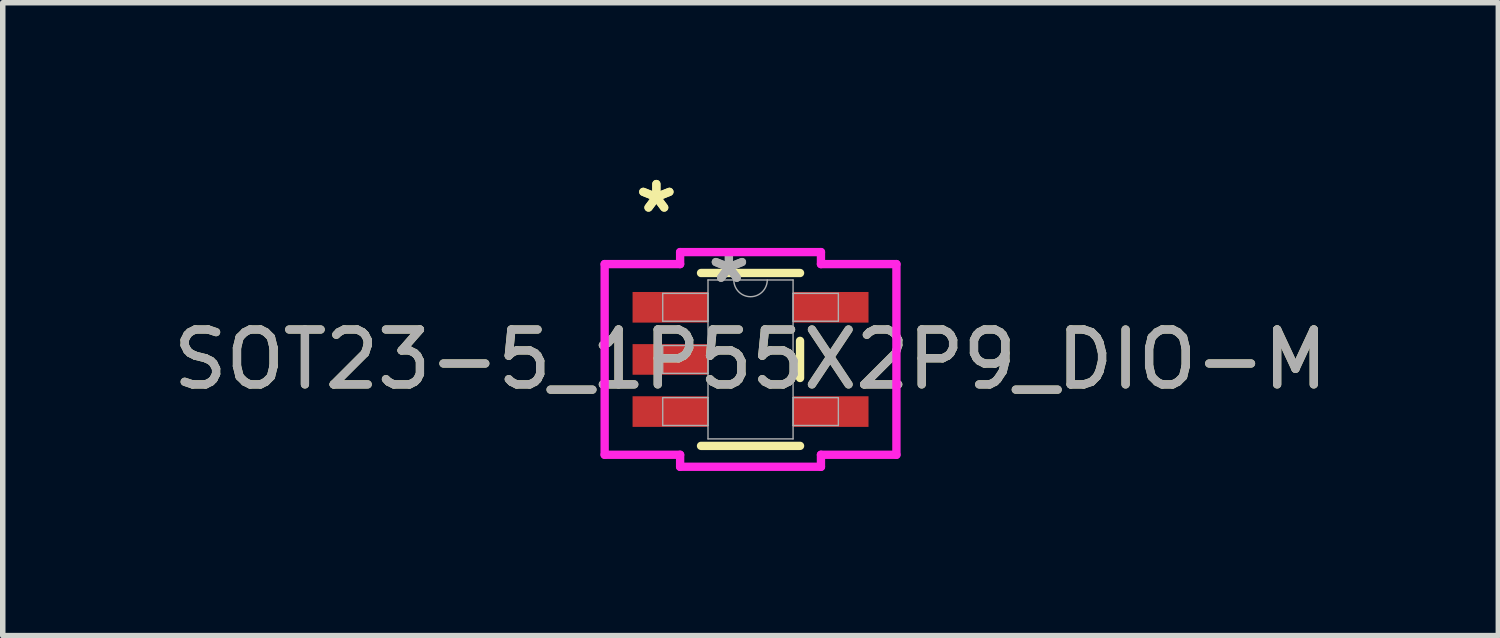
<source format=kicad_pcb>
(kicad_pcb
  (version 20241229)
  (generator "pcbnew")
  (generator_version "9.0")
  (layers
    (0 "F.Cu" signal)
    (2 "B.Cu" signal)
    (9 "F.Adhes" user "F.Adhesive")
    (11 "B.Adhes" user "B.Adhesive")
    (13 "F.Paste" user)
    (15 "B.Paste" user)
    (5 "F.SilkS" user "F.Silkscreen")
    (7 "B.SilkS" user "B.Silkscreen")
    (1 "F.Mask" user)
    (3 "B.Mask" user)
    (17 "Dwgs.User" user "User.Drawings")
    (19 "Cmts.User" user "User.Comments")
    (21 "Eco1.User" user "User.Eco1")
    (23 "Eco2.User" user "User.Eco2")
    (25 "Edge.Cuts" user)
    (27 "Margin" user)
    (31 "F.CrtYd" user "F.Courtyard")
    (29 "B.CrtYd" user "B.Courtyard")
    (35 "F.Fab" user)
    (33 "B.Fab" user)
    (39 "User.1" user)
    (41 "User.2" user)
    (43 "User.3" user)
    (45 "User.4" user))
  (footprint "SOT23-5_1P55X2P9_DIO-M"
    (layer "F.Cu")
    (at 10.625 3.499)
    (property "Reference" "SOT23-5_1P55X2P9_DIO-M" (at 0 0 0) (unlocked yes) (layer "F.SilkS") (effects (font (size 1 1) (thickness 0.15))))
    (attr smd)
    (fp_line (start -0.902 1.575) (end 0.902 1.575) (stroke (width 0.152) (type solid)) (layer "F.SilkS"))
    (fp_line (start 0.902 -1.575) (end -0.902 -1.575) (stroke (width 0.152) (type solid)) (layer "F.SilkS"))
    (fp_line (start 0.902 0.338) (end 0.902 -0.338) (stroke (width 0.152) (type solid)) (layer "F.SilkS"))
    (fp_line (start -2.658 -1.737) (end -1.283 -1.737) (stroke (width 0.152) (type solid)) (layer "F.CrtYd"))
    (fp_line (start -2.658 1.737) (end -2.658 -1.737) (stroke (width 0.152) (type solid)) (layer "F.CrtYd"))
    (fp_line (start -2.658 1.737) (end -1.283 1.737) (stroke (width 0.152) (type solid)) (layer "F.CrtYd"))
    (fp_line (start -1.283 -1.956) (end 1.283 -1.956) (stroke (width 0.152) (type solid)) (layer "F.CrtYd"))
    (fp_line (start -1.283 -1.737) (end -1.283 -1.956) (stroke (width 0.152) (type solid)) (layer "F.CrtYd"))
    (fp_line (start -1.283 1.956) (end -1.283 1.737) (stroke (width 0.152) (type solid)) (layer "F.CrtYd"))
    (fp_line (start 1.283 -1.956) (end 1.283 -1.737) (stroke (width 0.152) (type solid)) (layer "F.CrtYd"))
    (fp_line (start 1.283 1.737) (end 1.283 1.956) (stroke (width 0.152) (type solid)) (layer "F.CrtYd"))
    (fp_line (start 1.283 1.956) (end -1.283 1.956) (stroke (width 0.152) (type solid)) (layer "F.CrtYd"))
    (fp_line (start 2.658 -1.737) (end 1.283 -1.737) (stroke (width 0.152) (type solid)) (layer "F.CrtYd"))
    (fp_line (start 2.658 -1.737) (end 2.658 1.737) (stroke (width 0.152) (type solid)) (layer "F.CrtYd"))
    (fp_line (start 2.658 1.737) (end 1.283 1.737) (stroke (width 0.152) (type solid)) (layer "F.CrtYd"))
    (fp_line (start -1.6 -1.204) (end -1.6 -0.696) (stroke (width 0.025) (type solid)) (layer "F.Fab"))
    (fp_line (start -1.6 -0.696) (end -0.775 -0.696) (stroke (width 0.025) (type solid)) (layer "F.Fab"))
    (fp_line (start -1.6 -0.254) (end -1.6 0.254) (stroke (width 0.025) (type solid)) (layer "F.Fab"))
    (fp_line (start -1.6 0.254) (end -0.775 0.254) (stroke (width 0.025) (type solid)) (layer "F.Fab"))
    (fp_line (start -1.6 0.696) (end -1.6 1.204) (stroke (width 0.025) (type solid)) (layer "F.Fab"))
    (fp_line (start -1.6 1.204) (end -0.775 1.204) (stroke (width 0.025) (type solid)) (layer "F.Fab"))
    (fp_line (start -0.775 -1.448) (end -0.775 1.448) (stroke (width 0.025) (type solid)) (layer "F.Fab"))
    (fp_line (start -0.775 -1.204) (end -1.6 -1.204) (stroke (width 0.025) (type solid)) (layer "F.Fab"))
    (fp_line (start -0.775 -0.696) (end -0.775 -1.204) (stroke (width 0.025) (type solid)) (layer "F.Fab"))
    (fp_line (start -0.775 -0.254) (end -1.6 -0.254) (stroke (width 0.025) (type solid)) (layer "F.Fab"))
    (fp_line (start -0.775 0.254) (end -0.775 -0.254) (stroke (width 0.025) (type solid)) (layer "F.Fab"))
    (fp_line (start -0.775 0.696) (end -1.6 0.696) (stroke (width 0.025) (type solid)) (layer "F.Fab"))
    (fp_line (start -0.775 1.204) (end -0.775 0.696) (stroke (width 0.025) (type solid)) (layer "F.Fab"))
    (fp_line (start -0.775 1.448) (end 0.775 1.448) (stroke (width 0.025) (type solid)) (layer "F.Fab"))
    (fp_line (start 0.775 -1.448) (end -0.775 -1.448) (stroke (width 0.025) (type solid)) (layer "F.Fab"))
    (fp_line (start 0.775 -1.204) (end 0.775 -0.696) (stroke (width 0.025) (type solid)) (layer "F.Fab"))
    (fp_line (start 0.775 -0.696) (end 1.6 -0.696) (stroke (width 0.025) (type solid)) (layer "F.Fab"))
    (fp_line (start 0.775 0.696) (end 0.775 1.204) (stroke (width 0.025) (type solid)) (layer "F.Fab"))
    (fp_line (start 0.775 1.204) (end 1.6 1.204) (stroke (width 0.025) (type solid)) (layer "F.Fab"))
    (fp_line (start 0.775 1.448) (end 0.775 -1.448) (stroke (width 0.025) (type solid)) (layer "F.Fab"))
    (fp_line (start 1.6 -1.204) (end 0.775 -1.204) (stroke (width 0.025) (type solid)) (layer "F.Fab"))
    (fp_line (start 1.6 -0.696) (end 1.6 -1.204) (stroke (width 0.025) (type solid)) (layer "F.Fab"))
    (fp_line (start 1.6 0.696) (end 0.775 0.696) (stroke (width 0.025) (type solid)) (layer "F.Fab"))
    (fp_line (start 1.6 1.204) (end 1.6 0.696) (stroke (width 0.025) (type solid)) (layer "F.Fab"))
    (fp_arc (start 0.3048 -1.4478) (mid 0 -1.143) (end -0.3048 -1.4478) (stroke (width 0.0254) (type solid)) (layer "F.Fab"))
    (fp_text user "*" (at -1.716 -2.651 0) (unlocked yes) (layer "F.SilkS") (effects (font (size 1 1) (thickness 0.15))))
    (fp_text user "*" (at -1.716 -2.651 0) (layer "F.SilkS") (effects (font (size 1 1) (thickness 0.15))))
    (fp_text user "${REFERENCE}" (at 0 0 0) (unlocked yes) (layer "F.Fab") (effects (font (size 1 1) (thickness 0.15))))
    (fp_text user "*" (at -0.394 -1.372 0) (unlocked yes) (layer "F.Fab") (effects (font (size 1 1) (thickness 0.15))))
    (fp_text user "*" (at -0.394 -1.372 0) (layer "F.Fab") (effects (font (size 1 1) (thickness 0.15))))
    (pad "1" smd rect (at -1.462 -0.95) (size 1.375 0.558) (layers "F.Cu" "F.Mask" "F.Paste"))
    (pad "2" smd rect (at -1.462 0) (size 1.375 0.558) (layers "F.Cu" "F.Mask" "F.Paste"))
    (pad "3" smd rect (at -1.462 0.95) (size 1.375 0.558) (layers "F.Cu" "F.Mask" "F.Paste"))
    (pad "4" smd rect (at 1.462 0.95) (size 1.375 0.558) (layers "F.Cu" "F.Mask" "F.Paste"))
    (pad "5" smd rect (at 1.462 -0.95) (size 1.375 0.558) (layers "F.Cu" "F.Mask" "F.Paste")))
  (gr_rect
    (start -3 -3)
    (end 24.25 8.531)
    (stroke (width 0.1) (type default))
    (fill no)
    (layer "Edge.Cuts")))
</source>
